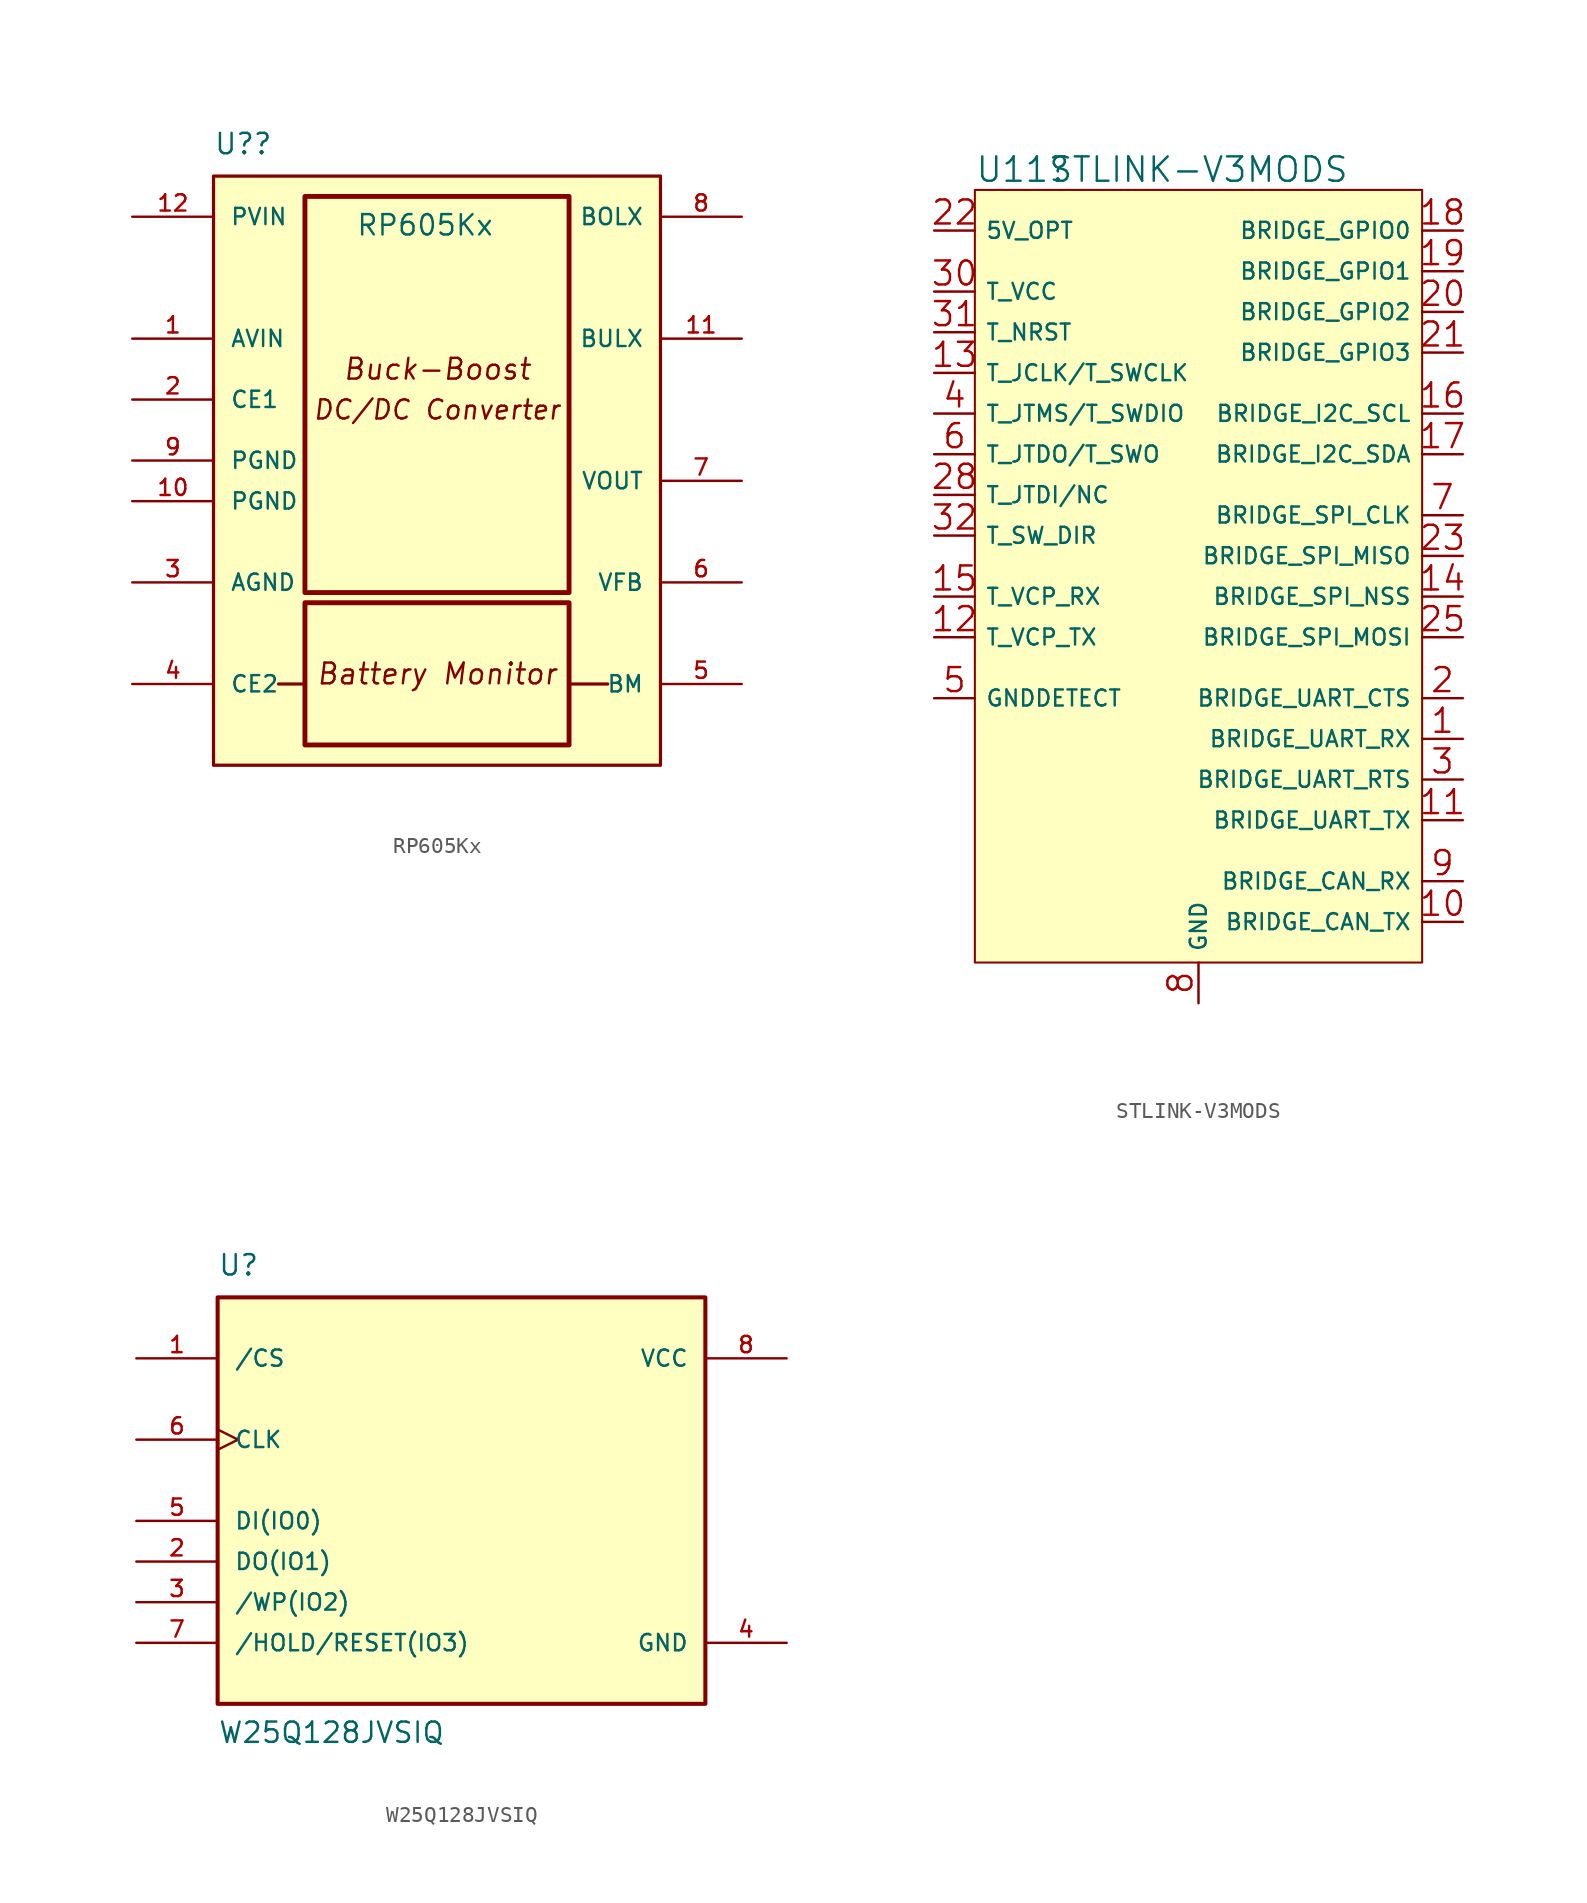
<source format=kicad_sym>
(kicad_symbol_lib
  (version 20241209)
  (generator "kicad_symbol_editor")
  (generator_version "9.0")
  (symbol "RP605Kx"
    (pin_names
      (offset 1.016))
    (property "Reference" "U?"
      (at 0 3.81 0)
      (effects (font (size 1.27 1.27)) (justify left bottom)))
    (property "Value" "RP605Kx"
      (at 8.89 -1.27 0)
      (effects (font (size 1.27 1.27)) (justify left bottom)))
    (symbol "RP605Kx_0_0"
      (polyline (pts (xy 4.064 -29.21) (xy 5.588 -29.21)) (stroke (width 0.203) (type default)) (fill (type none)))
      (polyline (pts (xy 24.638 -29.21) (xy 22.352 -29.21)) (stroke (width 0.203) (type default)) (fill (type none)))
      (text "Buck-Boost" (at 13.97 -9.525 0) (effects (font (size 1.295 1.295) (italic yes))))
      (text "DC/DC Converter" (at 13.97 -12.065 0) (effects (font (size 1.194 1.194) (italic yes))))
      (text "Battery Monitor" (at 13.97 -28.575 0) (effects (font (size 1.295 1.295) (italic yes))))
      (pin power_in line (at -5.08 0 0) (length 5.08) (name "PVIN" (effects (font (size 1.016 1.016)))) (number "12" (effects (font (size 1.016 1.016)))))
      (pin power_in line (at -5.08 -7.62 0) (length 5.08) (name "AVIN" (effects (font (size 1.016 1.016)))) (number "1" (effects (font (size 1.016 1.016)))))
      (pin input line (at -5.08 -11.43 0) (length 5.08) (name "CE1" (effects (font (size 1.016 1.016)))) (number "2" (effects (font (size 1.016 1.016)))))
      (pin passive line (at -5.08 -15.24 0) (length 5.08) (name "PGND" (effects (font (size 1.016 1.016)))) (number "9" (effects (font (size 1.016 1.016)))))
      (pin passive line (at -5.08 -17.78 0) (length 5.08) (name "PGND" (effects (font (size 1.016 1.016)))) (number "10" (effects (font (size 1.016 1.016)))))
      (pin passive line (at -5.08 -22.86 0) (length 5.08) (name "AGND" (effects (font (size 1.016 1.016)))) (number "3" (effects (font (size 1.016 1.016)))))
      (pin input line (at -5.08 -29.21 0) (length 5.08) (name "CE2" (effects (font (size 1.016 1.016)))) (number "4" (effects (font (size 1.016 1.016)))))
      (pin bidirectional line (at 33.02 0 180) (length 5.08) (name "BOLX" (effects (font (size 1.016 1.016)))) (number "8" (effects (font (size 1.016 1.016)))))
      (pin bidirectional line (at 33.02 -7.62 180) (length 5.08) (name "BULX" (effects (font (size 1.016 1.016)))) (number "11" (effects (font (size 1.016 1.016)))))
      (pin power_out line (at 33.02 -16.51 180) (length 5.08) (name "VOUT" (effects (font (size 1.016 1.016)))) (number "7" (effects (font (size 1.016 1.016)))))
      (pin input line (at 33.02 -22.86 180) (length 5.08) (name "VFB" (effects (font (size 1.016 1.016)))) (number "6" (effects (font (size 1.016 1.016)))))
      (pin output line (at 33.02 -29.21 180) (length 5.08) (name "BM" (effects (font (size 1.016 1.016)))) (number "5" (effects (font (size 1.016 1.016))))))
    (symbol "RP605Kx_0_1"
      (rectangle (start 0 2.54) (end 27.94 -34.29) (stroke (width 0.203) (type default)) (fill (type background)))
      (rectangle (start 5.715 1.27) (end 22.225 -23.495) (stroke (width 0.305) (type default)) (fill (type none)))
      (rectangle (start 5.715 -24.13) (end 22.225 -33.02) (stroke (width 0.305) (type default)) (fill (type none)))))
  (symbol "STLINK-V3MODS"
    (pin_names
      (offset 0.635))
    (property "Reference" "U11"
      (at 0 1.27 0)
      (do_not_autoplace)
      (effects (font (size 1.524 1.524)) (justify left)))
    (property "Value" "STLINK-V3MODS"
      (at 13.97 1.27 0)
      (do_not_autoplace)
      (effects (font (size 1.524 1.524))))
    (symbol "STLINK-V3MODS_0_1"
      (rectangle (start 0 0) (end 27.94 -48.26) (stroke (width 0.127) (type default)) (fill (type background))))
    (symbol "STLINK-V3MODS_1_1"
      (pin unspecified line (at -2.54 -2.54 0) (length 2.54) (name "5V_OPT" (effects (font (size 1 1)))) (number "22" (effects (font (size 1.499 1.499)))))
      (pin unspecified line (at -2.54 -6.35 0) (length 2.54) (name "T_VCC" (effects (font (size 1 1)))) (number "30" (effects (font (size 1.499 1.499)))))
      (pin unspecified line (at -2.54 -8.89 0) (length 2.54) (name "T_NRST" (effects (font (size 1 1)))) (number "31" (effects (font (size 1.499 1.499)))))
      (pin unspecified line (at -2.54 -11.43 0) (length 2.54) (name "T_JCLK/T_SWCLK" (effects (font (size 1 1)))) (number "13" (effects (font (size 1.499 1.499)))))
      (pin unspecified line (at -2.54 -13.97 0) (length 2.54) (name "T_JTMS/T_SWDIO" (effects (font (size 1 1)))) (number "4" (effects (font (size 1.499 1.499)))))
      (pin unspecified line (at -2.54 -16.51 0) (length 2.54) (name "T_JTDO/T_SWO" (effects (font (size 1 1)))) (number "6" (effects (font (size 1.499 1.499)))))
      (pin unspecified line (at -2.54 -19.05 0) (length 2.54) (name "T_JTDI/NC" (effects (font (size 1 1)))) (number "28" (effects (font (size 1.499 1.499)))))
      (pin unspecified line (at -2.54 -21.59 0) (length 2.54) (name "T_SW_DIR" (effects (font (size 1 1)))) (number "32" (effects (font (size 1.499 1.499)))))
      (pin unspecified line (at -2.54 -25.4 0) (length 2.54) (name "T_VCP_RX" (effects (font (size 1 1)))) (number "15" (effects (font (size 1.499 1.499)))))
      (pin unspecified line (at -2.54 -27.94 0) (length 2.54) (name "T_VCP_TX" (effects (font (size 1 1)))) (number "12" (effects (font (size 1.499 1.499)))))
      (pin power_in line (at -2.54 -31.75 0) (length 2.54) (name "GNDDETECT" (effects (font (size 1 1)))) (number "5" (effects (font (size 1.499 1.499)))))
      (pin power_in line (at 13.97 -50.8 90) (length 2.54) (hide yes) (name "GND" (effects (font (size 1 1)))) (number "24" (effects (font (size 1.499 1.499)))))
      (pin power_in line (at 13.97 -50.8 90) (length 2.54) (hide yes) (name "GND" (effects (font (size 1 1)))) (number "26" (effects (font (size 1.499 1.499)))))
      (pin power_in line (at 13.97 -50.8 90) (length 2.54) (hide yes) (name "GND" (effects (font (size 1 1)))) (number "27" (effects (font (size 1.499 1.499)))))
      (pin power_in line (at 13.97 -50.8 90) (length 2.54) (hide yes) (name "GND" (effects (font (size 1 1)))) (number "29" (effects (font (size 1.499 1.499)))))
      (pin power_in line (at 13.97 -50.8 90) (length 2.54) (name "GND" (effects (font (size 1 1)))) (number "8" (effects (font (size 1.499 1.499)))))
      (pin bidirectional line (at 30.48 -2.54 180) (length 2.54) (name "BRIDGE_GPIO0" (effects (font (size 1 1)))) (number "18" (effects (font (size 1.499 1.499)))))
      (pin bidirectional line (at 30.48 -5.08 180) (length 2.54) (name "BRIDGE_GPIO1" (effects (font (size 1 1)))) (number "19" (effects (font (size 1.499 1.499)))))
      (pin bidirectional line (at 30.48 -7.62 180) (length 2.54) (name "BRIDGE_GPIO2" (effects (font (size 1 1)))) (number "20" (effects (font (size 1.499 1.499)))))
      (pin bidirectional line (at 30.48 -10.16 180) (length 2.54) (name "BRIDGE_GPIO3" (effects (font (size 1 1)))) (number "21" (effects (font (size 1.499 1.499)))))
      (pin bidirectional line (at 30.48 -13.97 180) (length 2.54) (name "BRIDGE_I2C_SCL" (effects (font (size 1 1)))) (number "16" (effects (font (size 1.499 1.499)))))
      (pin bidirectional line (at 30.48 -16.51 180) (length 2.54) (name "BRIDGE_I2C_SDA" (effects (font (size 1 1)))) (number "17" (effects (font (size 1.499 1.499)))))
      (pin unspecified line (at 30.48 -20.32 180) (length 2.54) (name "BRIDGE_SPI_CLK" (effects (font (size 1 1)))) (number "7" (effects (font (size 1.499 1.499)))))
      (pin unspecified line (at 30.48 -22.86 180) (length 2.54) (name "BRIDGE_SPI_MISO" (effects (font (size 1 1)))) (number "23" (effects (font (size 1.499 1.499)))))
      (pin unspecified line (at 30.48 -25.4 180) (length 2.54) (name "BRIDGE_SPI_NSS" (effects (font (size 1 1)))) (number "14" (effects (font (size 1.499 1.499)))))
      (pin unspecified line (at 30.48 -27.94 180) (length 2.54) (name "BRIDGE_SPI_MOSI" (effects (font (size 1 1)))) (number "25" (effects (font (size 1.499 1.499)))))
      (pin unspecified line (at 30.48 -31.75 180) (length 2.54) (name "BRIDGE_UART_CTS" (effects (font (size 1 1)))) (number "2" (effects (font (size 1.499 1.499)))))
      (pin unspecified line (at 30.48 -34.29 180) (length 2.54) (name "BRIDGE_UART_RX" (effects (font (size 1 1)))) (number "1" (effects (font (size 1.499 1.499)))))
      (pin unspecified line (at 30.48 -36.83 180) (length 2.54) (name "BRIDGE_UART_RTS" (effects (font (size 1 1)))) (number "3" (effects (font (size 1.499 1.499)))))
      (pin unspecified line (at 30.48 -39.37 180) (length 2.54) (name "BRIDGE_UART_TX" (effects (font (size 1 1)))) (number "11" (effects (font (size 1.499 1.499)))))
      (pin unspecified line (at 30.48 -43.18 180) (length 2.54) (name "BRIDGE_CAN_RX" (effects (font (size 1 1)))) (number "9" (effects (font (size 1.499 1.499)))))
      (pin unspecified line (at 30.48 -45.72 180) (length 2.54) (name "BRIDGE_CAN_TX" (effects (font (size 1 1)))) (number "10" (effects (font (size 1.499 1.499)))))))
  (symbol "W25Q128JVSIQ"
    (pin_names
      (offset 1.016))
    (property "Reference" "U"
      (at -15.24 13.97 0)
      (effects (font (size 1.27 1.27)) (justify left bottom)))
    (property "Value" "W25Q128JVSIQ"
      (at -15.24 -15.24 0)
      (effects (font (size 1.27 1.27)) (justify left bottom)))
    (symbol "W25Q128JVSIQ_0_0"
      (rectangle (start -15.24 12.7) (end 15.24 -12.7) (stroke (width 0.254) (type default)) (fill (type background)))
      (pin input line (at -20.32 8.89 0) (length 5.08) (name "/CS" (effects (font (size 1.016 1.016)))) (number "1" (effects (font (size 1.016 1.016)))))
      (pin input clock (at -20.32 3.81 0) (length 5.08) (name "CLK" (effects (font (size 1.016 1.016)))) (number "6" (effects (font (size 1.016 1.016)))))
      (pin bidirectional line (at -20.32 -1.27 0) (length 5.08) (name "DI(IO0)" (effects (font (size 1.016 1.016)))) (number "5" (effects (font (size 1.016 1.016)))))
      (pin bidirectional line (at -20.32 -3.81 0) (length 5.08) (name "DO(IO1)" (effects (font (size 1.016 1.016)))) (number "2" (effects (font (size 1.016 1.016)))))
      (pin bidirectional line (at -20.32 -6.35 0) (length 5.08) (name "/WP(IO2)" (effects (font (size 1.016 1.016)))) (number "3" (effects (font (size 1.016 1.016)))))
      (pin bidirectional line (at -20.32 -8.89 0) (length 5.08) (name "/HOLD/RESET(IO3)" (effects (font (size 1.016 1.016)))) (number "7" (effects (font (size 1.016 1.016)))))
      (pin power_in line (at 20.32 8.89 180) (length 5.08) (name "VCC" (effects (font (size 1.016 1.016)))) (number "8" (effects (font (size 1.016 1.016)))))
      (pin power_in line (at 20.32 -8.89 180) (length 5.08) (name "GND" (effects (font (size 1.016 1.016)))) (number "4" (effects (font (size 1.016 1.016))))))))
</source>
